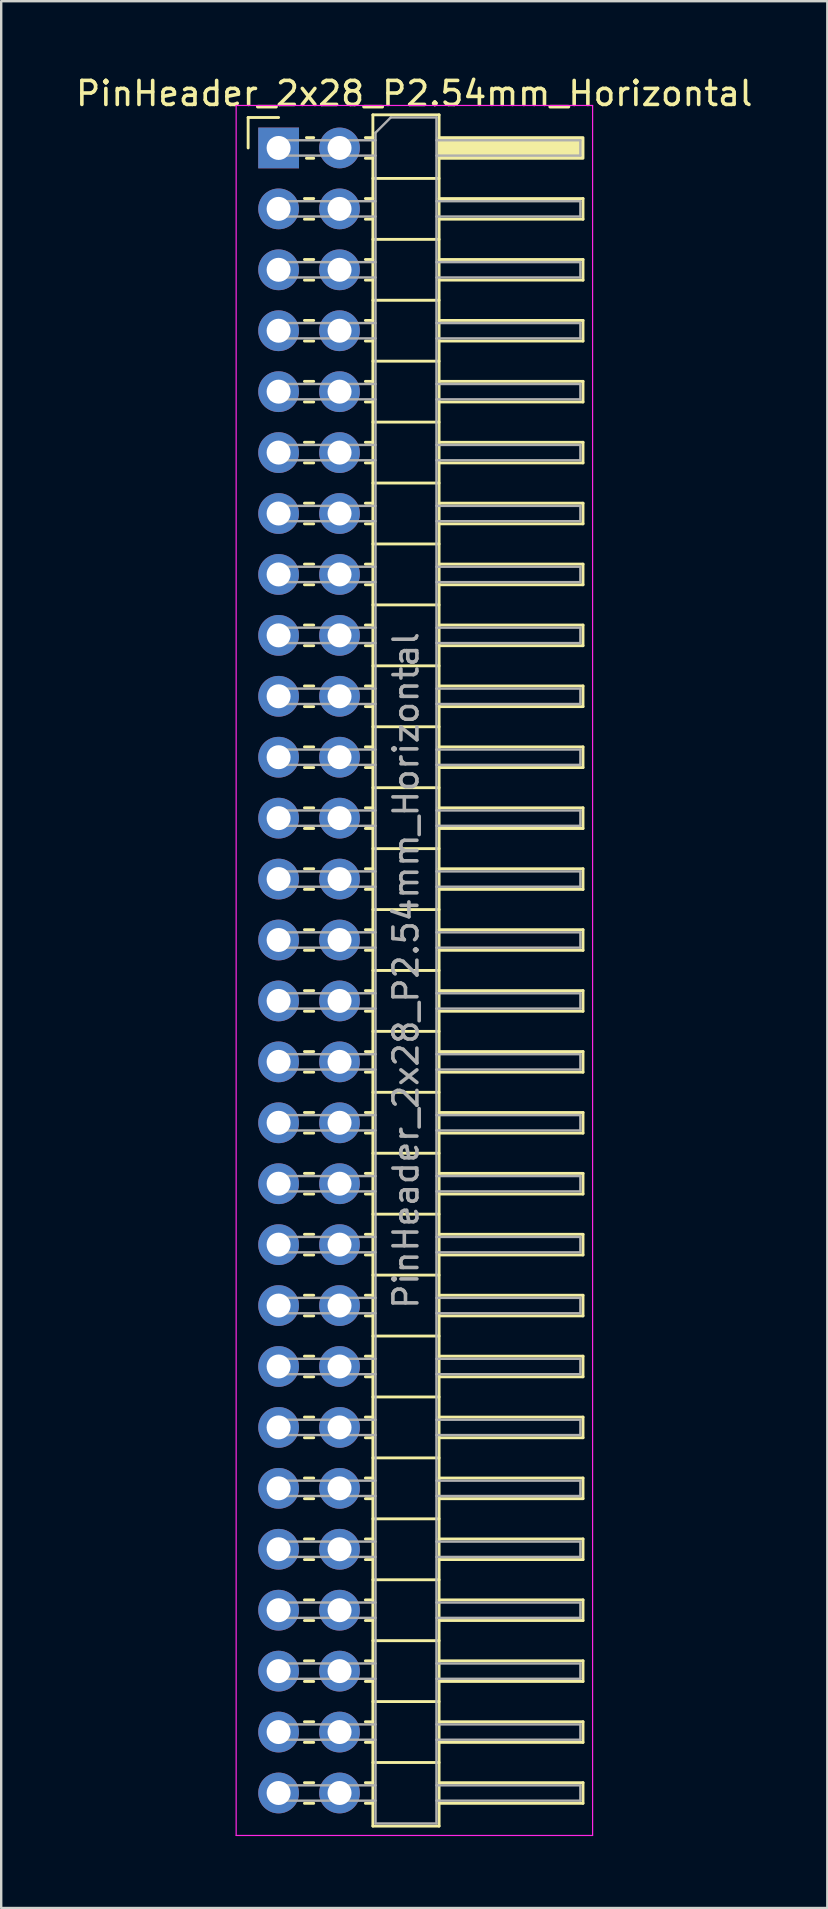
<source format=kicad_pcb>
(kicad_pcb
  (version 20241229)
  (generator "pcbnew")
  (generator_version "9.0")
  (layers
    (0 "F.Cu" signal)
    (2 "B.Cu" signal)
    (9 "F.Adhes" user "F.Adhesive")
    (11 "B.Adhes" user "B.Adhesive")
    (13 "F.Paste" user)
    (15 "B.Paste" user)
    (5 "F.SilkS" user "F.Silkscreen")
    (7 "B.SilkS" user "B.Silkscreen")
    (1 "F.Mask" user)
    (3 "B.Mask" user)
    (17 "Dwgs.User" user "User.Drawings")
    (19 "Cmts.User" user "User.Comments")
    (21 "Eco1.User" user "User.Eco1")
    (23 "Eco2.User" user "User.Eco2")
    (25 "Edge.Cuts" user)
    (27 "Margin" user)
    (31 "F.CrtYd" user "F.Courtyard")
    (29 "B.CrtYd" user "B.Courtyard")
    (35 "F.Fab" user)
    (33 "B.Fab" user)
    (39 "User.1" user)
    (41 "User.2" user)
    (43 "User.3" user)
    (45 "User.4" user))
  (footprint "PinHeader_2x28_P2.54mm_Horizontal"
    (layer "F.Cu")
    (at 8.565 3.118)
    (property "Reference" "PinHeader_2x28_P2.54mm_Horizontal" (at 5.655 -2.27 0) (layer "F.SilkS") (effects (font (size 1 1) (thickness 0.15))))
    (attr through_hole)
    (fp_line (start -1.27 -1.27) (end 0 -1.27) (stroke (width 0.12) (type solid)) (layer "F.SilkS"))
    (fp_line (start -1.27 0) (end -1.27 -1.27) (stroke (width 0.12) (type solid)) (layer "F.SilkS"))
    (fp_line (start 1.077 2.11) (end 1.463 2.11) (stroke (width 0.12) (type solid)) (layer "F.SilkS"))
    (fp_line (start 1.077 2.97) (end 1.463 2.97) (stroke (width 0.12) (type solid)) (layer "F.SilkS"))
    (fp_line (start 1.077 4.65) (end 1.463 4.65) (stroke (width 0.12) (type solid)) (layer "F.SilkS"))
    (fp_line (start 1.077 5.51) (end 1.463 5.51) (stroke (width 0.12) (type solid)) (layer "F.SilkS"))
    (fp_line (start 1.077 7.19) (end 1.463 7.19) (stroke (width 0.12) (type solid)) (layer "F.SilkS"))
    (fp_line (start 1.077 8.05) (end 1.463 8.05) (stroke (width 0.12) (type solid)) (layer "F.SilkS"))
    (fp_line (start 1.077 9.73) (end 1.463 9.73) (stroke (width 0.12) (type solid)) (layer "F.SilkS"))
    (fp_line (start 1.077 10.59) (end 1.463 10.59) (stroke (width 0.12) (type solid)) (layer "F.SilkS"))
    (fp_line (start 1.077 12.27) (end 1.463 12.27) (stroke (width 0.12) (type solid)) (layer "F.SilkS"))
    (fp_line (start 1.077 13.13) (end 1.463 13.13) (stroke (width 0.12) (type solid)) (layer "F.SilkS"))
    (fp_line (start 1.077 14.81) (end 1.463 14.81) (stroke (width 0.12) (type solid)) (layer "F.SilkS"))
    (fp_line (start 1.077 15.67) (end 1.463 15.67) (stroke (width 0.12) (type solid)) (layer "F.SilkS"))
    (fp_line (start 1.077 17.35) (end 1.463 17.35) (stroke (width 0.12) (type solid)) (layer "F.SilkS"))
    (fp_line (start 1.077 18.21) (end 1.463 18.21) (stroke (width 0.12) (type solid)) (layer "F.SilkS"))
    (fp_line (start 1.077 19.89) (end 1.463 19.89) (stroke (width 0.12) (type solid)) (layer "F.SilkS"))
    (fp_line (start 1.077 20.75) (end 1.463 20.75) (stroke (width 0.12) (type solid)) (layer "F.SilkS"))
    (fp_line (start 1.077 22.43) (end 1.463 22.43) (stroke (width 0.12) (type solid)) (layer "F.SilkS"))
    (fp_line (start 1.077 23.29) (end 1.463 23.29) (stroke (width 0.12) (type solid)) (layer "F.SilkS"))
    (fp_line (start 1.077 24.97) (end 1.463 24.97) (stroke (width 0.12) (type solid)) (layer "F.SilkS"))
    (fp_line (start 1.077 25.83) (end 1.463 25.83) (stroke (width 0.12) (type solid)) (layer "F.SilkS"))
    (fp_line (start 1.077 27.51) (end 1.463 27.51) (stroke (width 0.12) (type solid)) (layer "F.SilkS"))
    (fp_line (start 1.077 28.37) (end 1.463 28.37) (stroke (width 0.12) (type solid)) (layer "F.SilkS"))
    (fp_line (start 1.077 30.05) (end 1.463 30.05) (stroke (width 0.12) (type solid)) (layer "F.SilkS"))
    (fp_line (start 1.077 30.91) (end 1.463 30.91) (stroke (width 0.12) (type solid)) (layer "F.SilkS"))
    (fp_line (start 1.077 32.59) (end 1.463 32.59) (stroke (width 0.12) (type solid)) (layer "F.SilkS"))
    (fp_line (start 1.077 33.45) (end 1.463 33.45) (stroke (width 0.12) (type solid)) (layer "F.SilkS"))
    (fp_line (start 1.077 35.13) (end 1.463 35.13) (stroke (width 0.12) (type solid)) (layer "F.SilkS"))
    (fp_line (start 1.077 35.99) (end 1.463 35.99) (stroke (width 0.12) (type solid)) (layer "F.SilkS"))
    (fp_line (start 1.077 37.67) (end 1.463 37.67) (stroke (width 0.12) (type solid)) (layer "F.SilkS"))
    (fp_line (start 1.077 38.53) (end 1.463 38.53) (stroke (width 0.12) (type solid)) (layer "F.SilkS"))
    (fp_line (start 1.077 40.21) (end 1.463 40.21) (stroke (width 0.12) (type solid)) (layer "F.SilkS"))
    (fp_line (start 1.077 41.07) (end 1.463 41.07) (stroke (width 0.12) (type solid)) (layer "F.SilkS"))
    (fp_line (start 1.077 42.75) (end 1.463 42.75) (stroke (width 0.12) (type solid)) (layer "F.SilkS"))
    (fp_line (start 1.077 43.61) (end 1.463 43.61) (stroke (width 0.12) (type solid)) (layer "F.SilkS"))
    (fp_line (start 1.077 45.29) (end 1.463 45.29) (stroke (width 0.12) (type solid)) (layer "F.SilkS"))
    (fp_line (start 1.077 46.15) (end 1.463 46.15) (stroke (width 0.12) (type solid)) (layer "F.SilkS"))
    (fp_line (start 1.077 47.83) (end 1.463 47.83) (stroke (width 0.12) (type solid)) (layer "F.SilkS"))
    (fp_line (start 1.077 48.69) (end 1.463 48.69) (stroke (width 0.12) (type solid)) (layer "F.SilkS"))
    (fp_line (start 1.077 50.37) (end 1.463 50.37) (stroke (width 0.12) (type solid)) (layer "F.SilkS"))
    (fp_line (start 1.077 51.23) (end 1.463 51.23) (stroke (width 0.12) (type solid)) (layer "F.SilkS"))
    (fp_line (start 1.077 52.91) (end 1.463 52.91) (stroke (width 0.12) (type solid)) (layer "F.SilkS"))
    (fp_line (start 1.077 53.77) (end 1.463 53.77) (stroke (width 0.12) (type solid)) (layer "F.SilkS"))
    (fp_line (start 1.077 55.45) (end 1.463 55.45) (stroke (width 0.12) (type solid)) (layer "F.SilkS"))
    (fp_line (start 1.077 56.31) (end 1.463 56.31) (stroke (width 0.12) (type solid)) (layer "F.SilkS"))
    (fp_line (start 1.077 57.99) (end 1.463 57.99) (stroke (width 0.12) (type solid)) (layer "F.SilkS"))
    (fp_line (start 1.077 58.85) (end 1.463 58.85) (stroke (width 0.12) (type solid)) (layer "F.SilkS"))
    (fp_line (start 1.077 60.53) (end 1.463 60.53) (stroke (width 0.12) (type solid)) (layer "F.SilkS"))
    (fp_line (start 1.077 61.39) (end 1.463 61.39) (stroke (width 0.12) (type solid)) (layer "F.SilkS"))
    (fp_line (start 1.077 63.07) (end 1.463 63.07) (stroke (width 0.12) (type solid)) (layer "F.SilkS"))
    (fp_line (start 1.077 63.93) (end 1.463 63.93) (stroke (width 0.12) (type solid)) (layer "F.SilkS"))
    (fp_line (start 1.077 65.61) (end 1.463 65.61) (stroke (width 0.12) (type solid)) (layer "F.SilkS"))
    (fp_line (start 1.077 66.47) (end 1.463 66.47) (stroke (width 0.12) (type solid)) (layer "F.SilkS"))
    (fp_line (start 1.077 68.15) (end 1.463 68.15) (stroke (width 0.12) (type solid)) (layer "F.SilkS"))
    (fp_line (start 1.077 69.01) (end 1.463 69.01) (stroke (width 0.12) (type solid)) (layer "F.SilkS"))
    (fp_line (start 1.16 -0.43) (end 1.463 -0.43) (stroke (width 0.12) (type solid)) (layer "F.SilkS"))
    (fp_line (start 1.16 0.43) (end 1.463 0.43) (stroke (width 0.12) (type solid)) (layer "F.SilkS"))
    (fp_line (start 3.617 -0.43) (end 3.93 -0.43) (stroke (width 0.12) (type solid)) (layer "F.SilkS"))
    (fp_line (start 3.617 0.43) (end 3.93 0.43) (stroke (width 0.12) (type solid)) (layer "F.SilkS"))
    (fp_line (start 3.617 2.11) (end 3.93 2.11) (stroke (width 0.12) (type solid)) (layer "F.SilkS"))
    (fp_line (start 3.617 2.97) (end 3.93 2.97) (stroke (width 0.12) (type solid)) (layer "F.SilkS"))
    (fp_line (start 3.617 4.65) (end 3.93 4.65) (stroke (width 0.12) (type solid)) (layer "F.SilkS"))
    (fp_line (start 3.617 5.51) (end 3.93 5.51) (stroke (width 0.12) (type solid)) (layer "F.SilkS"))
    (fp_line (start 3.617 7.19) (end 3.93 7.19) (stroke (width 0.12) (type solid)) (layer "F.SilkS"))
    (fp_line (start 3.617 8.05) (end 3.93 8.05) (stroke (width 0.12) (type solid)) (layer "F.SilkS"))
    (fp_line (start 3.617 9.73) (end 3.93 9.73) (stroke (width 0.12) (type solid)) (layer "F.SilkS"))
    (fp_line (start 3.617 10.59) (end 3.93 10.59) (stroke (width 0.12) (type solid)) (layer "F.SilkS"))
    (fp_line (start 3.617 12.27) (end 3.93 12.27) (stroke (width 0.12) (type solid)) (layer "F.SilkS"))
    (fp_line (start 3.617 13.13) (end 3.93 13.13) (stroke (width 0.12) (type solid)) (layer "F.SilkS"))
    (fp_line (start 3.617 14.81) (end 3.93 14.81) (stroke (width 0.12) (type solid)) (layer "F.SilkS"))
    (fp_line (start 3.617 15.67) (end 3.93 15.67) (stroke (width 0.12) (type solid)) (layer "F.SilkS"))
    (fp_line (start 3.617 17.35) (end 3.93 17.35) (stroke (width 0.12) (type solid)) (layer "F.SilkS"))
    (fp_line (start 3.617 18.21) (end 3.93 18.21) (stroke (width 0.12) (type solid)) (layer "F.SilkS"))
    (fp_line (start 3.617 19.89) (end 3.93 19.89) (stroke (width 0.12) (type solid)) (layer "F.SilkS"))
    (fp_line (start 3.617 20.75) (end 3.93 20.75) (stroke (width 0.12) (type solid)) (layer "F.SilkS"))
    (fp_line (start 3.617 22.43) (end 3.93 22.43) (stroke (width 0.12) (type solid)) (layer "F.SilkS"))
    (fp_line (start 3.617 23.29) (end 3.93 23.29) (stroke (width 0.12) (type solid)) (layer "F.SilkS"))
    (fp_line (start 3.617 24.97) (end 3.93 24.97) (stroke (width 0.12) (type solid)) (layer "F.SilkS"))
    (fp_line (start 3.617 25.83) (end 3.93 25.83) (stroke (width 0.12) (type solid)) (layer "F.SilkS"))
    (fp_line (start 3.617 27.51) (end 3.93 27.51) (stroke (width 0.12) (type solid)) (layer "F.SilkS"))
    (fp_line (start 3.617 28.37) (end 3.93 28.37) (stroke (width 0.12) (type solid)) (layer "F.SilkS"))
    (fp_line (start 3.617 30.05) (end 3.93 30.05) (stroke (width 0.12) (type solid)) (layer "F.SilkS"))
    (fp_line (start 3.617 30.91) (end 3.93 30.91) (stroke (width 0.12) (type solid)) (layer "F.SilkS"))
    (fp_line (start 3.617 32.59) (end 3.93 32.59) (stroke (width 0.12) (type solid)) (layer "F.SilkS"))
    (fp_line (start 3.617 33.45) (end 3.93 33.45) (stroke (width 0.12) (type solid)) (layer "F.SilkS"))
    (fp_line (start 3.617 35.13) (end 3.93 35.13) (stroke (width 0.12) (type solid)) (layer "F.SilkS"))
    (fp_line (start 3.617 35.99) (end 3.93 35.99) (stroke (width 0.12) (type solid)) (layer "F.SilkS"))
    (fp_line (start 3.617 37.67) (end 3.93 37.67) (stroke (width 0.12) (type solid)) (layer "F.SilkS"))
    (fp_line (start 3.617 38.53) (end 3.93 38.53) (stroke (width 0.12) (type solid)) (layer "F.SilkS"))
    (fp_line (start 3.617 40.21) (end 3.93 40.21) (stroke (width 0.12) (type solid)) (layer "F.SilkS"))
    (fp_line (start 3.617 41.07) (end 3.93 41.07) (stroke (width 0.12) (type solid)) (layer "F.SilkS"))
    (fp_line (start 3.617 42.75) (end 3.93 42.75) (stroke (width 0.12) (type solid)) (layer "F.SilkS"))
    (fp_line (start 3.617 43.61) (end 3.93 43.61) (stroke (width 0.12) (type solid)) (layer "F.SilkS"))
    (fp_line (start 3.617 45.29) (end 3.93 45.29) (stroke (width 0.12) (type solid)) (layer "F.SilkS"))
    (fp_line (start 3.617 46.15) (end 3.93 46.15) (stroke (width 0.12) (type solid)) (layer "F.SilkS"))
    (fp_line (start 3.617 47.83) (end 3.93 47.83) (stroke (width 0.12) (type solid)) (layer "F.SilkS"))
    (fp_line (start 3.617 48.69) (end 3.93 48.69) (stroke (width 0.12) (type solid)) (layer "F.SilkS"))
    (fp_line (start 3.617 50.37) (end 3.93 50.37) (stroke (width 0.12) (type solid)) (layer "F.SilkS"))
    (fp_line (start 3.617 51.23) (end 3.93 51.23) (stroke (width 0.12) (type solid)) (layer "F.SilkS"))
    (fp_line (start 3.617 52.91) (end 3.93 52.91) (stroke (width 0.12) (type solid)) (layer "F.SilkS"))
    (fp_line (start 3.617 53.77) (end 3.93 53.77) (stroke (width 0.12) (type solid)) (layer "F.SilkS"))
    (fp_line (start 3.617 55.45) (end 3.93 55.45) (stroke (width 0.12) (type solid)) (layer "F.SilkS"))
    (fp_line (start 3.617 56.31) (end 3.93 56.31) (stroke (width 0.12) (type solid)) (layer "F.SilkS"))
    (fp_line (start 3.617 57.99) (end 3.93 57.99) (stroke (width 0.12) (type solid)) (layer "F.SilkS"))
    (fp_line (start 3.617 58.85) (end 3.93 58.85) (stroke (width 0.12) (type solid)) (layer "F.SilkS"))
    (fp_line (start 3.617 60.53) (end 3.93 60.53) (stroke (width 0.12) (type solid)) (layer "F.SilkS"))
    (fp_line (start 3.617 61.39) (end 3.93 61.39) (stroke (width 0.12) (type solid)) (layer "F.SilkS"))
    (fp_line (start 3.617 63.07) (end 3.93 63.07) (stroke (width 0.12) (type solid)) (layer "F.SilkS"))
    (fp_line (start 3.617 63.93) (end 3.93 63.93) (stroke (width 0.12) (type solid)) (layer "F.SilkS"))
    (fp_line (start 3.617 65.61) (end 3.93 65.61) (stroke (width 0.12) (type solid)) (layer "F.SilkS"))
    (fp_line (start 3.617 66.47) (end 3.93 66.47) (stroke (width 0.12) (type solid)) (layer "F.SilkS"))
    (fp_line (start 3.617 68.15) (end 3.93 68.15) (stroke (width 0.12) (type solid)) (layer "F.SilkS"))
    (fp_line (start 3.617 69.01) (end 3.93 69.01) (stroke (width 0.12) (type solid)) (layer "F.SilkS"))
    (fp_line (start 3.93 -1.38) (end 3.93 69.96) (stroke (width 0.12) (type solid)) (layer "F.SilkS"))
    (fp_line (start 3.93 1.27) (end 6.69 1.27) (stroke (width 0.12) (type solid)) (layer "F.SilkS"))
    (fp_line (start 3.93 3.81) (end 6.69 3.81) (stroke (width 0.12) (type solid)) (layer "F.SilkS"))
    (fp_line (start 3.93 6.35) (end 6.69 6.35) (stroke (width 0.12) (type solid)) (layer "F.SilkS"))
    (fp_line (start 3.93 8.89) (end 6.69 8.89) (stroke (width 0.12) (type solid)) (layer "F.SilkS"))
    (fp_line (start 3.93 11.43) (end 6.69 11.43) (stroke (width 0.12) (type solid)) (layer "F.SilkS"))
    (fp_line (start 3.93 13.97) (end 6.69 13.97) (stroke (width 0.12) (type solid)) (layer "F.SilkS"))
    (fp_line (start 3.93 16.51) (end 6.69 16.51) (stroke (width 0.12) (type solid)) (layer "F.SilkS"))
    (fp_line (start 3.93 19.05) (end 6.69 19.05) (stroke (width 0.12) (type solid)) (layer "F.SilkS"))
    (fp_line (start 3.93 21.59) (end 6.69 21.59) (stroke (width 0.12) (type solid)) (layer "F.SilkS"))
    (fp_line (start 3.93 24.13) (end 6.69 24.13) (stroke (width 0.12) (type solid)) (layer "F.SilkS"))
    (fp_line (start 3.93 26.67) (end 6.69 26.67) (stroke (width 0.12) (type solid)) (layer "F.SilkS"))
    (fp_line (start 3.93 29.21) (end 6.69 29.21) (stroke (width 0.12) (type solid)) (layer "F.SilkS"))
    (fp_line (start 3.93 31.75) (end 6.69 31.75) (stroke (width 0.12) (type solid)) (layer "F.SilkS"))
    (fp_line (start 3.93 34.29) (end 6.69 34.29) (stroke (width 0.12) (type solid)) (layer "F.SilkS"))
    (fp_line (start 3.93 36.83) (end 6.69 36.83) (stroke (width 0.12) (type solid)) (layer "F.SilkS"))
    (fp_line (start 3.93 39.37) (end 6.69 39.37) (stroke (width 0.12) (type solid)) (layer "F.SilkS"))
    (fp_line (start 3.93 41.91) (end 6.69 41.91) (stroke (width 0.12) (type solid)) (layer "F.SilkS"))
    (fp_line (start 3.93 44.45) (end 6.69 44.45) (stroke (width 0.12) (type solid)) (layer "F.SilkS"))
    (fp_line (start 3.93 46.99) (end 6.69 46.99) (stroke (width 0.12) (type solid)) (layer "F.SilkS"))
    (fp_line (start 3.93 49.53) (end 6.69 49.53) (stroke (width 0.12) (type solid)) (layer "F.SilkS"))
    (fp_line (start 3.93 52.07) (end 6.69 52.07) (stroke (width 0.12) (type solid)) (layer "F.SilkS"))
    (fp_line (start 3.93 54.61) (end 6.69 54.61) (stroke (width 0.12) (type solid)) (layer "F.SilkS"))
    (fp_line (start 3.93 57.15) (end 6.69 57.15) (stroke (width 0.12) (type solid)) (layer "F.SilkS"))
    (fp_line (start 3.93 59.69) (end 6.69 59.69) (stroke (width 0.12) (type solid)) (layer "F.SilkS"))
    (fp_line (start 3.93 62.23) (end 6.69 62.23) (stroke (width 0.12) (type solid)) (layer "F.SilkS"))
    (fp_line (start 3.93 64.77) (end 6.69 64.77) (stroke (width 0.12) (type solid)) (layer "F.SilkS"))
    (fp_line (start 3.93 67.31) (end 6.69 67.31) (stroke (width 0.12) (type solid)) (layer "F.SilkS"))
    (fp_line (start 3.93 69.96) (end 6.69 69.96) (stroke (width 0.12) (type solid)) (layer "F.SilkS"))
    (fp_line (start 6.69 -1.38) (end 3.93 -1.38) (stroke (width 0.12) (type solid)) (layer "F.SilkS"))
    (fp_line (start 6.69 2.11) (end 12.69 2.11) (stroke (width 0.12) (type solid)) (layer "F.SilkS"))
    (fp_line (start 6.69 4.65) (end 12.69 4.65) (stroke (width 0.12) (type solid)) (layer "F.SilkS"))
    (fp_line (start 6.69 7.19) (end 12.69 7.19) (stroke (width 0.12) (type solid)) (layer "F.SilkS"))
    (fp_line (start 6.69 9.73) (end 12.69 9.73) (stroke (width 0.12) (type solid)) (layer "F.SilkS"))
    (fp_line (start 6.69 12.27) (end 12.69 12.27) (stroke (width 0.12) (type solid)) (layer "F.SilkS"))
    (fp_line (start 6.69 14.81) (end 12.69 14.81) (stroke (width 0.12) (type solid)) (layer "F.SilkS"))
    (fp_line (start 6.69 17.35) (end 12.69 17.35) (stroke (width 0.12) (type solid)) (layer "F.SilkS"))
    (fp_line (start 6.69 19.89) (end 12.69 19.89) (stroke (width 0.12) (type solid)) (layer "F.SilkS"))
    (fp_line (start 6.69 22.43) (end 12.69 22.43) (stroke (width 0.12) (type solid)) (layer "F.SilkS"))
    (fp_line (start 6.69 24.97) (end 12.69 24.97) (stroke (width 0.12) (type solid)) (layer "F.SilkS"))
    (fp_line (start 6.69 27.51) (end 12.69 27.51) (stroke (width 0.12) (type solid)) (layer "F.SilkS"))
    (fp_line (start 6.69 30.05) (end 12.69 30.05) (stroke (width 0.12) (type solid)) (layer "F.SilkS"))
    (fp_line (start 6.69 32.59) (end 12.69 32.59) (stroke (width 0.12) (type solid)) (layer "F.SilkS"))
    (fp_line (start 6.69 35.13) (end 12.69 35.13) (stroke (width 0.12) (type solid)) (layer "F.SilkS"))
    (fp_line (start 6.69 37.67) (end 12.69 37.67) (stroke (width 0.12) (type solid)) (layer "F.SilkS"))
    (fp_line (start 6.69 40.21) (end 12.69 40.21) (stroke (width 0.12) (type solid)) (layer "F.SilkS"))
    (fp_line (start 6.69 42.75) (end 12.69 42.75) (stroke (width 0.12) (type solid)) (layer "F.SilkS"))
    (fp_line (start 6.69 45.29) (end 12.69 45.29) (stroke (width 0.12) (type solid)) (layer "F.SilkS"))
    (fp_line (start 6.69 47.83) (end 12.69 47.83) (stroke (width 0.12) (type solid)) (layer "F.SilkS"))
    (fp_line (start 6.69 50.37) (end 12.69 50.37) (stroke (width 0.12) (type solid)) (layer "F.SilkS"))
    (fp_line (start 6.69 52.91) (end 12.69 52.91) (stroke (width 0.12) (type solid)) (layer "F.SilkS"))
    (fp_line (start 6.69 55.45) (end 12.69 55.45) (stroke (width 0.12) (type solid)) (layer "F.SilkS"))
    (fp_line (start 6.69 57.99) (end 12.69 57.99) (stroke (width 0.12) (type solid)) (layer "F.SilkS"))
    (fp_line (start 6.69 60.53) (end 12.69 60.53) (stroke (width 0.12) (type solid)) (layer "F.SilkS"))
    (fp_line (start 6.69 63.07) (end 12.69 63.07) (stroke (width 0.12) (type solid)) (layer "F.SilkS"))
    (fp_line (start 6.69 65.61) (end 12.69 65.61) (stroke (width 0.12) (type solid)) (layer "F.SilkS"))
    (fp_line (start 6.69 68.15) (end 12.69 68.15) (stroke (width 0.12) (type solid)) (layer "F.SilkS"))
    (fp_line (start 6.69 69.96) (end 6.69 -1.38) (stroke (width 0.12) (type solid)) (layer "F.SilkS"))
    (fp_line (start 12.69 2.11) (end 12.69 2.97) (stroke (width 0.12) (type solid)) (layer "F.SilkS"))
    (fp_line (start 12.69 2.97) (end 6.69 2.97) (stroke (width 0.12) (type solid)) (layer "F.SilkS"))
    (fp_line (start 12.69 4.65) (end 12.69 5.51) (stroke (width 0.12) (type solid)) (layer "F.SilkS"))
    (fp_line (start 12.69 5.51) (end 6.69 5.51) (stroke (width 0.12) (type solid)) (layer "F.SilkS"))
    (fp_line (start 12.69 7.19) (end 12.69 8.05) (stroke (width 0.12) (type solid)) (layer "F.SilkS"))
    (fp_line (start 12.69 8.05) (end 6.69 8.05) (stroke (width 0.12) (type solid)) (layer "F.SilkS"))
    (fp_line (start 12.69 9.73) (end 12.69 10.59) (stroke (width 0.12) (type solid)) (layer "F.SilkS"))
    (fp_line (start 12.69 10.59) (end 6.69 10.59) (stroke (width 0.12) (type solid)) (layer "F.SilkS"))
    (fp_line (start 12.69 12.27) (end 12.69 13.13) (stroke (width 0.12) (type solid)) (layer "F.SilkS"))
    (fp_line (start 12.69 13.13) (end 6.69 13.13) (stroke (width 0.12) (type solid)) (layer "F.SilkS"))
    (fp_line (start 12.69 14.81) (end 12.69 15.67) (stroke (width 0.12) (type solid)) (layer "F.SilkS"))
    (fp_line (start 12.69 15.67) (end 6.69 15.67) (stroke (width 0.12) (type solid)) (layer "F.SilkS"))
    (fp_line (start 12.69 17.35) (end 12.69 18.21) (stroke (width 0.12) (type solid)) (layer "F.SilkS"))
    (fp_line (start 12.69 18.21) (end 6.69 18.21) (stroke (width 0.12) (type solid)) (layer "F.SilkS"))
    (fp_line (start 12.69 19.89) (end 12.69 20.75) (stroke (width 0.12) (type solid)) (layer "F.SilkS"))
    (fp_line (start 12.69 20.75) (end 6.69 20.75) (stroke (width 0.12) (type solid)) (layer "F.SilkS"))
    (fp_line (start 12.69 22.43) (end 12.69 23.29) (stroke (width 0.12) (type solid)) (layer "F.SilkS"))
    (fp_line (start 12.69 23.29) (end 6.69 23.29) (stroke (width 0.12) (type solid)) (layer "F.SilkS"))
    (fp_line (start 12.69 24.97) (end 12.69 25.83) (stroke (width 0.12) (type solid)) (layer "F.SilkS"))
    (fp_line (start 12.69 25.83) (end 6.69 25.83) (stroke (width 0.12) (type solid)) (layer "F.SilkS"))
    (fp_line (start 12.69 27.51) (end 12.69 28.37) (stroke (width 0.12) (type solid)) (layer "F.SilkS"))
    (fp_line (start 12.69 28.37) (end 6.69 28.37) (stroke (width 0.12) (type solid)) (layer "F.SilkS"))
    (fp_line (start 12.69 30.05) (end 12.69 30.91) (stroke (width 0.12) (type solid)) (layer "F.SilkS"))
    (fp_line (start 12.69 30.91) (end 6.69 30.91) (stroke (width 0.12) (type solid)) (layer "F.SilkS"))
    (fp_line (start 12.69 32.59) (end 12.69 33.45) (stroke (width 0.12) (type solid)) (layer "F.SilkS"))
    (fp_line (start 12.69 33.45) (end 6.69 33.45) (stroke (width 0.12) (type solid)) (layer "F.SilkS"))
    (fp_line (start 12.69 35.13) (end 12.69 35.99) (stroke (width 0.12) (type solid)) (layer "F.SilkS"))
    (fp_line (start 12.69 35.99) (end 6.69 35.99) (stroke (width 0.12) (type solid)) (layer "F.SilkS"))
    (fp_line (start 12.69 37.67) (end 12.69 38.53) (stroke (width 0.12) (type solid)) (layer "F.SilkS"))
    (fp_line (start 12.69 38.53) (end 6.69 38.53) (stroke (width 0.12) (type solid)) (layer "F.SilkS"))
    (fp_line (start 12.69 40.21) (end 12.69 41.07) (stroke (width 0.12) (type solid)) (layer "F.SilkS"))
    (fp_line (start 12.69 41.07) (end 6.69 41.07) (stroke (width 0.12) (type solid)) (layer "F.SilkS"))
    (fp_line (start 12.69 42.75) (end 12.69 43.61) (stroke (width 0.12) (type solid)) (layer "F.SilkS"))
    (fp_line (start 12.69 43.61) (end 6.69 43.61) (stroke (width 0.12) (type solid)) (layer "F.SilkS"))
    (fp_line (start 12.69 45.29) (end 12.69 46.15) (stroke (width 0.12) (type solid)) (layer "F.SilkS"))
    (fp_line (start 12.69 46.15) (end 6.69 46.15) (stroke (width 0.12) (type solid)) (layer "F.SilkS"))
    (fp_line (start 12.69 47.83) (end 12.69 48.69) (stroke (width 0.12) (type solid)) (layer "F.SilkS"))
    (fp_line (start 12.69 48.69) (end 6.69 48.69) (stroke (width 0.12) (type solid)) (layer "F.SilkS"))
    (fp_line (start 12.69 50.37) (end 12.69 51.23) (stroke (width 0.12) (type solid)) (layer "F.SilkS"))
    (fp_line (start 12.69 51.23) (end 6.69 51.23) (stroke (width 0.12) (type solid)) (layer "F.SilkS"))
    (fp_line (start 12.69 52.91) (end 12.69 53.77) (stroke (width 0.12) (type solid)) (layer "F.SilkS"))
    (fp_line (start 12.69 53.77) (end 6.69 53.77) (stroke (width 0.12) (type solid)) (layer "F.SilkS"))
    (fp_line (start 12.69 55.45) (end 12.69 56.31) (stroke (width 0.12) (type solid)) (layer "F.SilkS"))
    (fp_line (start 12.69 56.31) (end 6.69 56.31) (stroke (width 0.12) (type solid)) (layer "F.SilkS"))
    (fp_line (start 12.69 57.99) (end 12.69 58.85) (stroke (width 0.12) (type solid)) (layer "F.SilkS"))
    (fp_line (start 12.69 58.85) (end 6.69 58.85) (stroke (width 0.12) (type solid)) (layer "F.SilkS"))
    (fp_line (start 12.69 60.53) (end 12.69 61.39) (stroke (width 0.12) (type solid)) (layer "F.SilkS"))
    (fp_line (start 12.69 61.39) (end 6.69 61.39) (stroke (width 0.12) (type solid)) (layer "F.SilkS"))
    (fp_line (start 12.69 63.07) (end 12.69 63.93) (stroke (width 0.12) (type solid)) (layer "F.SilkS"))
    (fp_line (start 12.69 63.93) (end 6.69 63.93) (stroke (width 0.12) (type solid)) (layer "F.SilkS"))
    (fp_line (start 12.69 65.61) (end 12.69 66.47) (stroke (width 0.12) (type solid)) (layer "F.SilkS"))
    (fp_line (start 12.69 66.47) (end 6.69 66.47) (stroke (width 0.12) (type solid)) (layer "F.SilkS"))
    (fp_line (start 12.69 68.15) (end 12.69 69.01) (stroke (width 0.12) (type solid)) (layer "F.SilkS"))
    (fp_line (start 12.69 69.01) (end 6.69 69.01) (stroke (width 0.12) (type solid)) (layer "F.SilkS"))
    (fp_rect (start 6.69 -0.43) (end 12.69 0.43) (stroke (width 0.12) (type solid)) (fill yes) (layer "F.SilkS"))
    (fp_line (start -1.77 -1.77) (end -1.77 70.35) (stroke (width 0.05) (type solid)) (layer "F.CrtYd"))
    (fp_line (start -1.77 70.35) (end 13.09 70.35) (stroke (width 0.05) (type solid)) (layer "F.CrtYd"))
    (fp_line (start 13.09 -1.77) (end -1.77 -1.77) (stroke (width 0.05) (type solid)) (layer "F.CrtYd"))
    (fp_line (start 13.09 70.35) (end 13.09 -1.77) (stroke (width 0.05) (type solid)) (layer "F.CrtYd"))
    (fp_line (start -0.32 -0.32) (end -0.32 0.32) (stroke (width 0.1) (type solid)) (layer "F.Fab"))
    (fp_line (start -0.32 -0.32) (end 4.04 -0.32) (stroke (width 0.1) (type solid)) (layer "F.Fab"))
    (fp_line (start -0.32 0.32) (end 4.04 0.32) (stroke (width 0.1) (type solid)) (layer "F.Fab"))
    (fp_line (start -0.32 2.22) (end -0.32 2.86) (stroke (width 0.1) (type solid)) (layer "F.Fab"))
    (fp_line (start -0.32 2.22) (end 4.04 2.22) (stroke (width 0.1) (type solid)) (layer "F.Fab"))
    (fp_line (start -0.32 2.86) (end 4.04 2.86) (stroke (width 0.1) (type solid)) (layer "F.Fab"))
    (fp_line (start -0.32 4.76) (end -0.32 5.4) (stroke (width 0.1) (type solid)) (layer "F.Fab"))
    (fp_line (start -0.32 4.76) (end 4.04 4.76) (stroke (width 0.1) (type solid)) (layer "F.Fab"))
    (fp_line (start -0.32 5.4) (end 4.04 5.4) (stroke (width 0.1) (type solid)) (layer "F.Fab"))
    (fp_line (start -0.32 7.3) (end -0.32 7.94) (stroke (width 0.1) (type solid)) (layer "F.Fab"))
    (fp_line (start -0.32 7.3) (end 4.04 7.3) (stroke (width 0.1) (type solid)) (layer "F.Fab"))
    (fp_line (start -0.32 7.94) (end 4.04 7.94) (stroke (width 0.1) (type solid)) (layer "F.Fab"))
    (fp_line (start -0.32 9.84) (end -0.32 10.48) (stroke (width 0.1) (type solid)) (layer "F.Fab"))
    (fp_line (start -0.32 9.84) (end 4.04 9.84) (stroke (width 0.1) (type solid)) (layer "F.Fab"))
    (fp_line (start -0.32 10.48) (end 4.04 10.48) (stroke (width 0.1) (type solid)) (layer "F.Fab"))
    (fp_line (start -0.32 12.38) (end -0.32 13.02) (stroke (width 0.1) (type solid)) (layer "F.Fab"))
    (fp_line (start -0.32 12.38) (end 4.04 12.38) (stroke (width 0.1) (type solid)) (layer "F.Fab"))
    (fp_line (start -0.32 13.02) (end 4.04 13.02) (stroke (width 0.1) (type solid)) (layer "F.Fab"))
    (fp_line (start -0.32 14.92) (end -0.32 15.56) (stroke (width 0.1) (type solid)) (layer "F.Fab"))
    (fp_line (start -0.32 14.92) (end 4.04 14.92) (stroke (width 0.1) (type solid)) (layer "F.Fab"))
    (fp_line (start -0.32 15.56) (end 4.04 15.56) (stroke (width 0.1) (type solid)) (layer "F.Fab"))
    (fp_line (start -0.32 17.46) (end -0.32 18.1) (stroke (width 0.1) (type solid)) (layer "F.Fab"))
    (fp_line (start -0.32 17.46) (end 4.04 17.46) (stroke (width 0.1) (type solid)) (layer "F.Fab"))
    (fp_line (start -0.32 18.1) (end 4.04 18.1) (stroke (width 0.1) (type solid)) (layer "F.Fab"))
    (fp_line (start -0.32 20) (end -0.32 20.64) (stroke (width 0.1) (type solid)) (layer "F.Fab"))
    (fp_line (start -0.32 20) (end 4.04 20) (stroke (width 0.1) (type solid)) (layer "F.Fab"))
    (fp_line (start -0.32 20.64) (end 4.04 20.64) (stroke (width 0.1) (type solid)) (layer "F.Fab"))
    (fp_line (start -0.32 22.54) (end -0.32 23.18) (stroke (width 0.1) (type solid)) (layer "F.Fab"))
    (fp_line (start -0.32 22.54) (end 4.04 22.54) (stroke (width 0.1) (type solid)) (layer "F.Fab"))
    (fp_line (start -0.32 23.18) (end 4.04 23.18) (stroke (width 0.1) (type solid)) (layer "F.Fab"))
    (fp_line (start -0.32 25.08) (end -0.32 25.72) (stroke (width 0.1) (type solid)) (layer "F.Fab"))
    (fp_line (start -0.32 25.08) (end 4.04 25.08) (stroke (width 0.1) (type solid)) (layer "F.Fab"))
    (fp_line (start -0.32 25.72) (end 4.04 25.72) (stroke (width 0.1) (type solid)) (layer "F.Fab"))
    (fp_line (start -0.32 27.62) (end -0.32 28.26) (stroke (width 0.1) (type solid)) (layer "F.Fab"))
    (fp_line (start -0.32 27.62) (end 4.04 27.62) (stroke (width 0.1) (type solid)) (layer "F.Fab"))
    (fp_line (start -0.32 28.26) (end 4.04 28.26) (stroke (width 0.1) (type solid)) (layer "F.Fab"))
    (fp_line (start -0.32 30.16) (end -0.32 30.8) (stroke (width 0.1) (type solid)) (layer "F.Fab"))
    (fp_line (start -0.32 30.16) (end 4.04 30.16) (stroke (width 0.1) (type solid)) (layer "F.Fab"))
    (fp_line (start -0.32 30.8) (end 4.04 30.8) (stroke (width 0.1) (type solid)) (layer "F.Fab"))
    (fp_line (start -0.32 32.7) (end -0.32 33.34) (stroke (width 0.1) (type solid)) (layer "F.Fab"))
    (fp_line (start -0.32 32.7) (end 4.04 32.7) (stroke (width 0.1) (type solid)) (layer "F.Fab"))
    (fp_line (start -0.32 33.34) (end 4.04 33.34) (stroke (width 0.1) (type solid)) (layer "F.Fab"))
    (fp_line (start -0.32 35.24) (end -0.32 35.88) (stroke (width 0.1) (type solid)) (layer "F.Fab"))
    (fp_line (start -0.32 35.24) (end 4.04 35.24) (stroke (width 0.1) (type solid)) (layer "F.Fab"))
    (fp_line (start -0.32 35.88) (end 4.04 35.88) (stroke (width 0.1) (type solid)) (layer "F.Fab"))
    (fp_line (start -0.32 37.78) (end -0.32 38.42) (stroke (width 0.1) (type solid)) (layer "F.Fab"))
    (fp_line (start -0.32 37.78) (end 4.04 37.78) (stroke (width 0.1) (type solid)) (layer "F.Fab"))
    (fp_line (start -0.32 38.42) (end 4.04 38.42) (stroke (width 0.1) (type solid)) (layer "F.Fab"))
    (fp_line (start -0.32 40.32) (end -0.32 40.96) (stroke (width 0.1) (type solid)) (layer "F.Fab"))
    (fp_line (start -0.32 40.32) (end 4.04 40.32) (stroke (width 0.1) (type solid)) (layer "F.Fab"))
    (fp_line (start -0.32 40.96) (end 4.04 40.96) (stroke (width 0.1) (type solid)) (layer "F.Fab"))
    (fp_line (start -0.32 42.86) (end -0.32 43.5) (stroke (width 0.1) (type solid)) (layer "F.Fab"))
    (fp_line (start -0.32 42.86) (end 4.04 42.86) (stroke (width 0.1) (type solid)) (layer "F.Fab"))
    (fp_line (start -0.32 43.5) (end 4.04 43.5) (stroke (width 0.1) (type solid)) (layer "F.Fab"))
    (fp_line (start -0.32 45.4) (end -0.32 46.04) (stroke (width 0.1) (type solid)) (layer "F.Fab"))
    (fp_line (start -0.32 45.4) (end 4.04 45.4) (stroke (width 0.1) (type solid)) (layer "F.Fab"))
    (fp_line (start -0.32 46.04) (end 4.04 46.04) (stroke (width 0.1) (type solid)) (layer "F.Fab"))
    (fp_line (start -0.32 47.94) (end -0.32 48.58) (stroke (width 0.1) (type solid)) (layer "F.Fab"))
    (fp_line (start -0.32 47.94) (end 4.04 47.94) (stroke (width 0.1) (type solid)) (layer "F.Fab"))
    (fp_line (start -0.32 48.58) (end 4.04 48.58) (stroke (width 0.1) (type solid)) (layer "F.Fab"))
    (fp_line (start -0.32 50.48) (end -0.32 51.12) (stroke (width 0.1) (type solid)) (layer "F.Fab"))
    (fp_line (start -0.32 50.48) (end 4.04 50.48) (stroke (width 0.1) (type solid)) (layer "F.Fab"))
    (fp_line (start -0.32 51.12) (end 4.04 51.12) (stroke (width 0.1) (type solid)) (layer "F.Fab"))
    (fp_line (start -0.32 53.02) (end -0.32 53.66) (stroke (width 0.1) (type solid)) (layer "F.Fab"))
    (fp_line (start -0.32 53.02) (end 4.04 53.02) (stroke (width 0.1) (type solid)) (layer "F.Fab"))
    (fp_line (start -0.32 53.66) (end 4.04 53.66) (stroke (width 0.1) (type solid)) (layer "F.Fab"))
    (fp_line (start -0.32 55.56) (end -0.32 56.2) (stroke (width 0.1) (type solid)) (layer "F.Fab"))
    (fp_line (start -0.32 55.56) (end 4.04 55.56) (stroke (width 0.1) (type solid)) (layer "F.Fab"))
    (fp_line (start -0.32 56.2) (end 4.04 56.2) (stroke (width 0.1) (type solid)) (layer "F.Fab"))
    (fp_line (start -0.32 58.1) (end -0.32 58.74) (stroke (width 0.1) (type solid)) (layer "F.Fab"))
    (fp_line (start -0.32 58.1) (end 4.04 58.1) (stroke (width 0.1) (type solid)) (layer "F.Fab"))
    (fp_line (start -0.32 58.74) (end 4.04 58.74) (stroke (width 0.1) (type solid)) (layer "F.Fab"))
    (fp_line (start -0.32 60.64) (end -0.32 61.28) (stroke (width 0.1) (type solid)) (layer "F.Fab"))
    (fp_line (start -0.32 60.64) (end 4.04 60.64) (stroke (width 0.1) (type solid)) (layer "F.Fab"))
    (fp_line (start -0.32 61.28) (end 4.04 61.28) (stroke (width 0.1) (type solid)) (layer "F.Fab"))
    (fp_line (start -0.32 63.18) (end -0.32 63.82) (stroke (width 0.1) (type solid)) (layer "F.Fab"))
    (fp_line (start -0.32 63.18) (end 4.04 63.18) (stroke (width 0.1) (type solid)) (layer "F.Fab"))
    (fp_line (start -0.32 63.82) (end 4.04 63.82) (stroke (width 0.1) (type solid)) (layer "F.Fab"))
    (fp_line (start -0.32 65.72) (end -0.32 66.36) (stroke (width 0.1) (type solid)) (layer "F.Fab"))
    (fp_line (start -0.32 65.72) (end 4.04 65.72) (stroke (width 0.1) (type solid)) (layer "F.Fab"))
    (fp_line (start -0.32 66.36) (end 4.04 66.36) (stroke (width 0.1) (type solid)) (layer "F.Fab"))
    (fp_line (start -0.32 68.26) (end -0.32 68.9) (stroke (width 0.1) (type solid)) (layer "F.Fab"))
    (fp_line (start -0.32 68.26) (end 4.04 68.26) (stroke (width 0.1) (type solid)) (layer "F.Fab"))
    (fp_line (start -0.32 68.9) (end 4.04 68.9) (stroke (width 0.1) (type solid)) (layer "F.Fab"))
    (fp_line (start 4.04 -0.635) (end 4.675 -1.27) (stroke (width 0.1) (type solid)) (layer "F.Fab"))
    (fp_line (start 4.04 69.85) (end 4.04 -0.635) (stroke (width 0.1) (type solid)) (layer "F.Fab"))
    (fp_line (start 4.675 -1.27) (end 6.58 -1.27) (stroke (width 0.1) (type solid)) (layer "F.Fab"))
    (fp_line (start 6.58 -1.27) (end 6.58 69.85) (stroke (width 0.1) (type solid)) (layer "F.Fab"))
    (fp_line (start 6.58 -0.32) (end 12.58 -0.32) (stroke (width 0.1) (type solid)) (layer "F.Fab"))
    (fp_line (start 6.58 0.32) (end 12.58 0.32) (stroke (width 0.1) (type solid)) (layer "F.Fab"))
    (fp_line (start 6.58 2.22) (end 12.58 2.22) (stroke (width 0.1) (type solid)) (layer "F.Fab"))
    (fp_line (start 6.58 2.86) (end 12.58 2.86) (stroke (width 0.1) (type solid)) (layer "F.Fab"))
    (fp_line (start 6.58 4.76) (end 12.58 4.76) (stroke (width 0.1) (type solid)) (layer "F.Fab"))
    (fp_line (start 6.58 5.4) (end 12.58 5.4) (stroke (width 0.1) (type solid)) (layer "F.Fab"))
    (fp_line (start 6.58 7.3) (end 12.58 7.3) (stroke (width 0.1) (type solid)) (layer "F.Fab"))
    (fp_line (start 6.58 7.94) (end 12.58 7.94) (stroke (width 0.1) (type solid)) (layer "F.Fab"))
    (fp_line (start 6.58 9.84) (end 12.58 9.84) (stroke (width 0.1) (type solid)) (layer "F.Fab"))
    (fp_line (start 6.58 10.48) (end 12.58 10.48) (stroke (width 0.1) (type solid)) (layer "F.Fab"))
    (fp_line (start 6.58 12.38) (end 12.58 12.38) (stroke (width 0.1) (type solid)) (layer "F.Fab"))
    (fp_line (start 6.58 13.02) (end 12.58 13.02) (stroke (width 0.1) (type solid)) (layer "F.Fab"))
    (fp_line (start 6.58 14.92) (end 12.58 14.92) (stroke (width 0.1) (type solid)) (layer "F.Fab"))
    (fp_line (start 6.58 15.56) (end 12.58 15.56) (stroke (width 0.1) (type solid)) (layer "F.Fab"))
    (fp_line (start 6.58 17.46) (end 12.58 17.46) (stroke (width 0.1) (type solid)) (layer "F.Fab"))
    (fp_line (start 6.58 18.1) (end 12.58 18.1) (stroke (width 0.1) (type solid)) (layer "F.Fab"))
    (fp_line (start 6.58 20) (end 12.58 20) (stroke (width 0.1) (type solid)) (layer "F.Fab"))
    (fp_line (start 6.58 20.64) (end 12.58 20.64) (stroke (width 0.1) (type solid)) (layer "F.Fab"))
    (fp_line (start 6.58 22.54) (end 12.58 22.54) (stroke (width 0.1) (type solid)) (layer "F.Fab"))
    (fp_line (start 6.58 23.18) (end 12.58 23.18) (stroke (width 0.1) (type solid)) (layer "F.Fab"))
    (fp_line (start 6.58 25.08) (end 12.58 25.08) (stroke (width 0.1) (type solid)) (layer "F.Fab"))
    (fp_line (start 6.58 25.72) (end 12.58 25.72) (stroke (width 0.1) (type solid)) (layer "F.Fab"))
    (fp_line (start 6.58 27.62) (end 12.58 27.62) (stroke (width 0.1) (type solid)) (layer "F.Fab"))
    (fp_line (start 6.58 28.26) (end 12.58 28.26) (stroke (width 0.1) (type solid)) (layer "F.Fab"))
    (fp_line (start 6.58 30.16) (end 12.58 30.16) (stroke (width 0.1) (type solid)) (layer "F.Fab"))
    (fp_line (start 6.58 30.8) (end 12.58 30.8) (stroke (width 0.1) (type solid)) (layer "F.Fab"))
    (fp_line (start 6.58 32.7) (end 12.58 32.7) (stroke (width 0.1) (type solid)) (layer "F.Fab"))
    (fp_line (start 6.58 33.34) (end 12.58 33.34) (stroke (width 0.1) (type solid)) (layer "F.Fab"))
    (fp_line (start 6.58 35.24) (end 12.58 35.24) (stroke (width 0.1) (type solid)) (layer "F.Fab"))
    (fp_line (start 6.58 35.88) (end 12.58 35.88) (stroke (width 0.1) (type solid)) (layer "F.Fab"))
    (fp_line (start 6.58 37.78) (end 12.58 37.78) (stroke (width 0.1) (type solid)) (layer "F.Fab"))
    (fp_line (start 6.58 38.42) (end 12.58 38.42) (stroke (width 0.1) (type solid)) (layer "F.Fab"))
    (fp_line (start 6.58 40.32) (end 12.58 40.32) (stroke (width 0.1) (type solid)) (layer "F.Fab"))
    (fp_line (start 6.58 40.96) (end 12.58 40.96) (stroke (width 0.1) (type solid)) (layer "F.Fab"))
    (fp_line (start 6.58 42.86) (end 12.58 42.86) (stroke (width 0.1) (type solid)) (layer "F.Fab"))
    (fp_line (start 6.58 43.5) (end 12.58 43.5) (stroke (width 0.1) (type solid)) (layer "F.Fab"))
    (fp_line (start 6.58 45.4) (end 12.58 45.4) (stroke (width 0.1) (type solid)) (layer "F.Fab"))
    (fp_line (start 6.58 46.04) (end 12.58 46.04) (stroke (width 0.1) (type solid)) (layer "F.Fab"))
    (fp_line (start 6.58 47.94) (end 12.58 47.94) (stroke (width 0.1) (type solid)) (layer "F.Fab"))
    (fp_line (start 6.58 48.58) (end 12.58 48.58) (stroke (width 0.1) (type solid)) (layer "F.Fab"))
    (fp_line (start 6.58 50.48) (end 12.58 50.48) (stroke (width 0.1) (type solid)) (layer "F.Fab"))
    (fp_line (start 6.58 51.12) (end 12.58 51.12) (stroke (width 0.1) (type solid)) (layer "F.Fab"))
    (fp_line (start 6.58 53.02) (end 12.58 53.02) (stroke (width 0.1) (type solid)) (layer "F.Fab"))
    (fp_line (start 6.58 53.66) (end 12.58 53.66) (stroke (width 0.1) (type solid)) (layer "F.Fab"))
    (fp_line (start 6.58 55.56) (end 12.58 55.56) (stroke (width 0.1) (type solid)) (layer "F.Fab"))
    (fp_line (start 6.58 56.2) (end 12.58 56.2) (stroke (width 0.1) (type solid)) (layer "F.Fab"))
    (fp_line (start 6.58 58.1) (end 12.58 58.1) (stroke (width 0.1) (type solid)) (layer "F.Fab"))
    (fp_line (start 6.58 58.74) (end 12.58 58.74) (stroke (width 0.1) (type solid)) (layer "F.Fab"))
    (fp_line (start 6.58 60.64) (end 12.58 60.64) (stroke (width 0.1) (type solid)) (layer "F.Fab"))
    (fp_line (start 6.58 61.28) (end 12.58 61.28) (stroke (width 0.1) (type solid)) (layer "F.Fab"))
    (fp_line (start 6.58 63.18) (end 12.58 63.18) (stroke (width 0.1) (type solid)) (layer "F.Fab"))
    (fp_line (start 6.58 63.82) (end 12.58 63.82) (stroke (width 0.1) (type solid)) (layer "F.Fab"))
    (fp_line (start 6.58 65.72) (end 12.58 65.72) (stroke (width 0.1) (type solid)) (layer "F.Fab"))
    (fp_line (start 6.58 66.36) (end 12.58 66.36) (stroke (width 0.1) (type solid)) (layer "F.Fab"))
    (fp_line (start 6.58 68.26) (end 12.58 68.26) (stroke (width 0.1) (type solid)) (layer "F.Fab"))
    (fp_line (start 6.58 68.9) (end 12.58 68.9) (stroke (width 0.1) (type solid)) (layer "F.Fab"))
    (fp_line (start 6.58 69.85) (end 4.04 69.85) (stroke (width 0.1) (type solid)) (layer "F.Fab"))
    (fp_line (start 12.58 -0.32) (end 12.58 0.32) (stroke (width 0.1) (type solid)) (layer "F.Fab"))
    (fp_line (start 12.58 2.22) (end 12.58 2.86) (stroke (width 0.1) (type solid)) (layer "F.Fab"))
    (fp_line (start 12.58 4.76) (end 12.58 5.4) (stroke (width 0.1) (type solid)) (layer "F.Fab"))
    (fp_line (start 12.58 7.3) (end 12.58 7.94) (stroke (width 0.1) (type solid)) (layer "F.Fab"))
    (fp_line (start 12.58 9.84) (end 12.58 10.48) (stroke (width 0.1) (type solid)) (layer "F.Fab"))
    (fp_line (start 12.58 12.38) (end 12.58 13.02) (stroke (width 0.1) (type solid)) (layer "F.Fab"))
    (fp_line (start 12.58 14.92) (end 12.58 15.56) (stroke (width 0.1) (type solid)) (layer "F.Fab"))
    (fp_line (start 12.58 17.46) (end 12.58 18.1) (stroke (width 0.1) (type solid)) (layer "F.Fab"))
    (fp_line (start 12.58 20) (end 12.58 20.64) (stroke (width 0.1) (type solid)) (layer "F.Fab"))
    (fp_line (start 12.58 22.54) (end 12.58 23.18) (stroke (width 0.1) (type solid)) (layer "F.Fab"))
    (fp_line (start 12.58 25.08) (end 12.58 25.72) (stroke (width 0.1) (type solid)) (layer "F.Fab"))
    (fp_line (start 12.58 27.62) (end 12.58 28.26) (stroke (width 0.1) (type solid)) (layer "F.Fab"))
    (fp_line (start 12.58 30.16) (end 12.58 30.8) (stroke (width 0.1) (type solid)) (layer "F.Fab"))
    (fp_line (start 12.58 32.7) (end 12.58 33.34) (stroke (width 0.1) (type solid)) (layer "F.Fab"))
    (fp_line (start 12.58 35.24) (end 12.58 35.88) (stroke (width 0.1) (type solid)) (layer "F.Fab"))
    (fp_line (start 12.58 37.78) (end 12.58 38.42) (stroke (width 0.1) (type solid)) (layer "F.Fab"))
    (fp_line (start 12.58 40.32) (end 12.58 40.96) (stroke (width 0.1) (type solid)) (layer "F.Fab"))
    (fp_line (start 12.58 42.86) (end 12.58 43.5) (stroke (width 0.1) (type solid)) (layer "F.Fab"))
    (fp_line (start 12.58 45.4) (end 12.58 46.04) (stroke (width 0.1) (type solid)) (layer "F.Fab"))
    (fp_line (start 12.58 47.94) (end 12.58 48.58) (stroke (width 0.1) (type solid)) (layer "F.Fab"))
    (fp_line (start 12.58 50.48) (end 12.58 51.12) (stroke (width 0.1) (type solid)) (layer "F.Fab"))
    (fp_line (start 12.58 53.02) (end 12.58 53.66) (stroke (width 0.1) (type solid)) (layer "F.Fab"))
    (fp_line (start 12.58 55.56) (end 12.58 56.2) (stroke (width 0.1) (type solid)) (layer "F.Fab"))
    (fp_line (start 12.58 58.1) (end 12.58 58.74) (stroke (width 0.1) (type solid)) (layer "F.Fab"))
    (fp_line (start 12.58 60.64) (end 12.58 61.28) (stroke (width 0.1) (type solid)) (layer "F.Fab"))
    (fp_line (start 12.58 63.18) (end 12.58 63.82) (stroke (width 0.1) (type solid)) (layer "F.Fab"))
    (fp_line (start 12.58 65.72) (end 12.58 66.36) (stroke (width 0.1) (type solid)) (layer "F.Fab"))
    (fp_line (start 12.58 68.26) (end 12.58 68.9) (stroke (width 0.1) (type solid)) (layer "F.Fab"))
    (fp_text user "${REFERENCE}" (at 5.31 34.29 90) (layer "F.Fab") (effects (font (size 1 1) (thickness 0.15))))
    (pad "1" thru_hole rect (at 0 0) (size 1.7 1.7) (drill 1) (layers "*.Cu" "*.Mask"))
    (pad "2" thru_hole circle (at 2.54 0) (size 1.7 1.7) (drill 1) (layers "*.Cu" "*.Mask"))
    (pad "3" thru_hole circle (at 0 2.54) (size 1.7 1.7) (drill 1) (layers "*.Cu" "*.Mask"))
    (pad "4" thru_hole circle (at 2.54 2.54) (size 1.7 1.7) (drill 1) (layers "*.Cu" "*.Mask"))
    (pad "5" thru_hole circle (at 0 5.08) (size 1.7 1.7) (drill 1) (layers "*.Cu" "*.Mask"))
    (pad "6" thru_hole circle (at 2.54 5.08) (size 1.7 1.7) (drill 1) (layers "*.Cu" "*.Mask"))
    (pad "7" thru_hole circle (at 0 7.62) (size 1.7 1.7) (drill 1) (layers "*.Cu" "*.Mask"))
    (pad "8" thru_hole circle (at 2.54 7.62) (size 1.7 1.7) (drill 1) (layers "*.Cu" "*.Mask"))
    (pad "9" thru_hole circle (at 0 10.16) (size 1.7 1.7) (drill 1) (layers "*.Cu" "*.Mask"))
    (pad "10" thru_hole circle (at 2.54 10.16) (size 1.7 1.7) (drill 1) (layers "*.Cu" "*.Mask"))
    (pad "11" thru_hole circle (at 0 12.7) (size 1.7 1.7) (drill 1) (layers "*.Cu" "*.Mask"))
    (pad "12" thru_hole circle (at 2.54 12.7) (size 1.7 1.7) (drill 1) (layers "*.Cu" "*.Mask"))
    (pad "13" thru_hole circle (at 0 15.24) (size 1.7 1.7) (drill 1) (layers "*.Cu" "*.Mask"))
    (pad "14" thru_hole circle (at 2.54 15.24) (size 1.7 1.7) (drill 1) (layers "*.Cu" "*.Mask"))
    (pad "15" thru_hole circle (at 0 17.78) (size 1.7 1.7) (drill 1) (layers "*.Cu" "*.Mask"))
    (pad "16" thru_hole circle (at 2.54 17.78) (size 1.7 1.7) (drill 1) (layers "*.Cu" "*.Mask"))
    (pad "17" thru_hole circle (at 0 20.32) (size 1.7 1.7) (drill 1) (layers "*.Cu" "*.Mask"))
    (pad "18" thru_hole circle (at 2.54 20.32) (size 1.7 1.7) (drill 1) (layers "*.Cu" "*.Mask"))
    (pad "19" thru_hole circle (at 0 22.86) (size 1.7 1.7) (drill 1) (layers "*.Cu" "*.Mask"))
    (pad "20" thru_hole circle (at 2.54 22.86) (size 1.7 1.7) (drill 1) (layers "*.Cu" "*.Mask"))
    (pad "21" thru_hole circle (at 0 25.4) (size 1.7 1.7) (drill 1) (layers "*.Cu" "*.Mask"))
    (pad "22" thru_hole circle (at 2.54 25.4) (size 1.7 1.7) (drill 1) (layers "*.Cu" "*.Mask"))
    (pad "23" thru_hole circle (at 0 27.94) (size 1.7 1.7) (drill 1) (layers "*.Cu" "*.Mask"))
    (pad "24" thru_hole circle (at 2.54 27.94) (size 1.7 1.7) (drill 1) (layers "*.Cu" "*.Mask"))
    (pad "25" thru_hole circle (at 0 30.48) (size 1.7 1.7) (drill 1) (layers "*.Cu" "*.Mask"))
    (pad "26" thru_hole circle (at 2.54 30.48) (size 1.7 1.7) (drill 1) (layers "*.Cu" "*.Mask"))
    (pad "27" thru_hole circle (at 0 33.02) (size 1.7 1.7) (drill 1) (layers "*.Cu" "*.Mask"))
    (pad "28" thru_hole circle (at 2.54 33.02) (size 1.7 1.7) (drill 1) (layers "*.Cu" "*.Mask"))
    (pad "29" thru_hole circle (at 0 35.56) (size 1.7 1.7) (drill 1) (layers "*.Cu" "*.Mask"))
    (pad "30" thru_hole circle (at 2.54 35.56) (size 1.7 1.7) (drill 1) (layers "*.Cu" "*.Mask"))
    (pad "31" thru_hole circle (at 0 38.1) (size 1.7 1.7) (drill 1) (layers "*.Cu" "*.Mask"))
    (pad "32" thru_hole circle (at 2.54 38.1) (size 1.7 1.7) (drill 1) (layers "*.Cu" "*.Mask"))
    (pad "33" thru_hole circle (at 0 40.64) (size 1.7 1.7) (drill 1) (layers "*.Cu" "*.Mask"))
    (pad "34" thru_hole circle (at 2.54 40.64) (size 1.7 1.7) (drill 1) (layers "*.Cu" "*.Mask"))
    (pad "35" thru_hole circle (at 0 43.18) (size 1.7 1.7) (drill 1) (layers "*.Cu" "*.Mask"))
    (pad "36" thru_hole circle (at 2.54 43.18) (size 1.7 1.7) (drill 1) (layers "*.Cu" "*.Mask"))
    (pad "37" thru_hole circle (at 0 45.72) (size 1.7 1.7) (drill 1) (layers "*.Cu" "*.Mask"))
    (pad "38" thru_hole circle (at 2.54 45.72) (size 1.7 1.7) (drill 1) (layers "*.Cu" "*.Mask"))
    (pad "39" thru_hole circle (at 0 48.26) (size 1.7 1.7) (drill 1) (layers "*.Cu" "*.Mask"))
    (pad "40" thru_hole circle (at 2.54 48.26) (size 1.7 1.7) (drill 1) (layers "*.Cu" "*.Mask"))
    (pad "41" thru_hole circle (at 0 50.8) (size 1.7 1.7) (drill 1) (layers "*.Cu" "*.Mask"))
    (pad "42" thru_hole circle (at 2.54 50.8) (size 1.7 1.7) (drill 1) (layers "*.Cu" "*.Mask"))
    (pad "43" thru_hole circle (at 0 53.34) (size 1.7 1.7) (drill 1) (layers "*.Cu" "*.Mask"))
    (pad "44" thru_hole circle (at 2.54 53.34) (size 1.7 1.7) (drill 1) (layers "*.Cu" "*.Mask"))
    (pad "45" thru_hole circle (at 0 55.88) (size 1.7 1.7) (drill 1) (layers "*.Cu" "*.Mask"))
    (pad "46" thru_hole circle (at 2.54 55.88) (size 1.7 1.7) (drill 1) (layers "*.Cu" "*.Mask"))
    (pad "47" thru_hole circle (at 0 58.42) (size 1.7 1.7) (drill 1) (layers "*.Cu" "*.Mask"))
    (pad "48" thru_hole circle (at 2.54 58.42) (size 1.7 1.7) (drill 1) (layers "*.Cu" "*.Mask"))
    (pad "49" thru_hole circle (at 0 60.96) (size 1.7 1.7) (drill 1) (layers "*.Cu" "*.Mask"))
    (pad "50" thru_hole circle (at 2.54 60.96) (size 1.7 1.7) (drill 1) (layers "*.Cu" "*.Mask"))
    (pad "51" thru_hole circle (at 0 63.5) (size 1.7 1.7) (drill 1) (layers "*.Cu" "*.Mask"))
    (pad "52" thru_hole circle (at 2.54 63.5) (size 1.7 1.7) (drill 1) (layers "*.Cu" "*.Mask"))
    (pad "53" thru_hole circle (at 0 66.04) (size 1.7 1.7) (drill 1) (layers "*.Cu" "*.Mask"))
    (pad "54" thru_hole circle (at 2.54 66.04) (size 1.7 1.7) (drill 1) (layers "*.Cu" "*.Mask"))
    (pad "55" thru_hole circle (at 0 68.58) (size 1.7 1.7) (drill 1) (layers "*.Cu" "*.Mask"))
    (pad "56" thru_hole circle (at 2.54 68.58) (size 1.7 1.7) (drill 1) (layers "*.Cu" "*.Mask")))
  (gr_rect
    (start -3 -3)
    (end 31.44 76.493)
    (stroke (width 0.1) (type default))
    (fill no)
    (layer "Edge.Cuts")))
</source>
